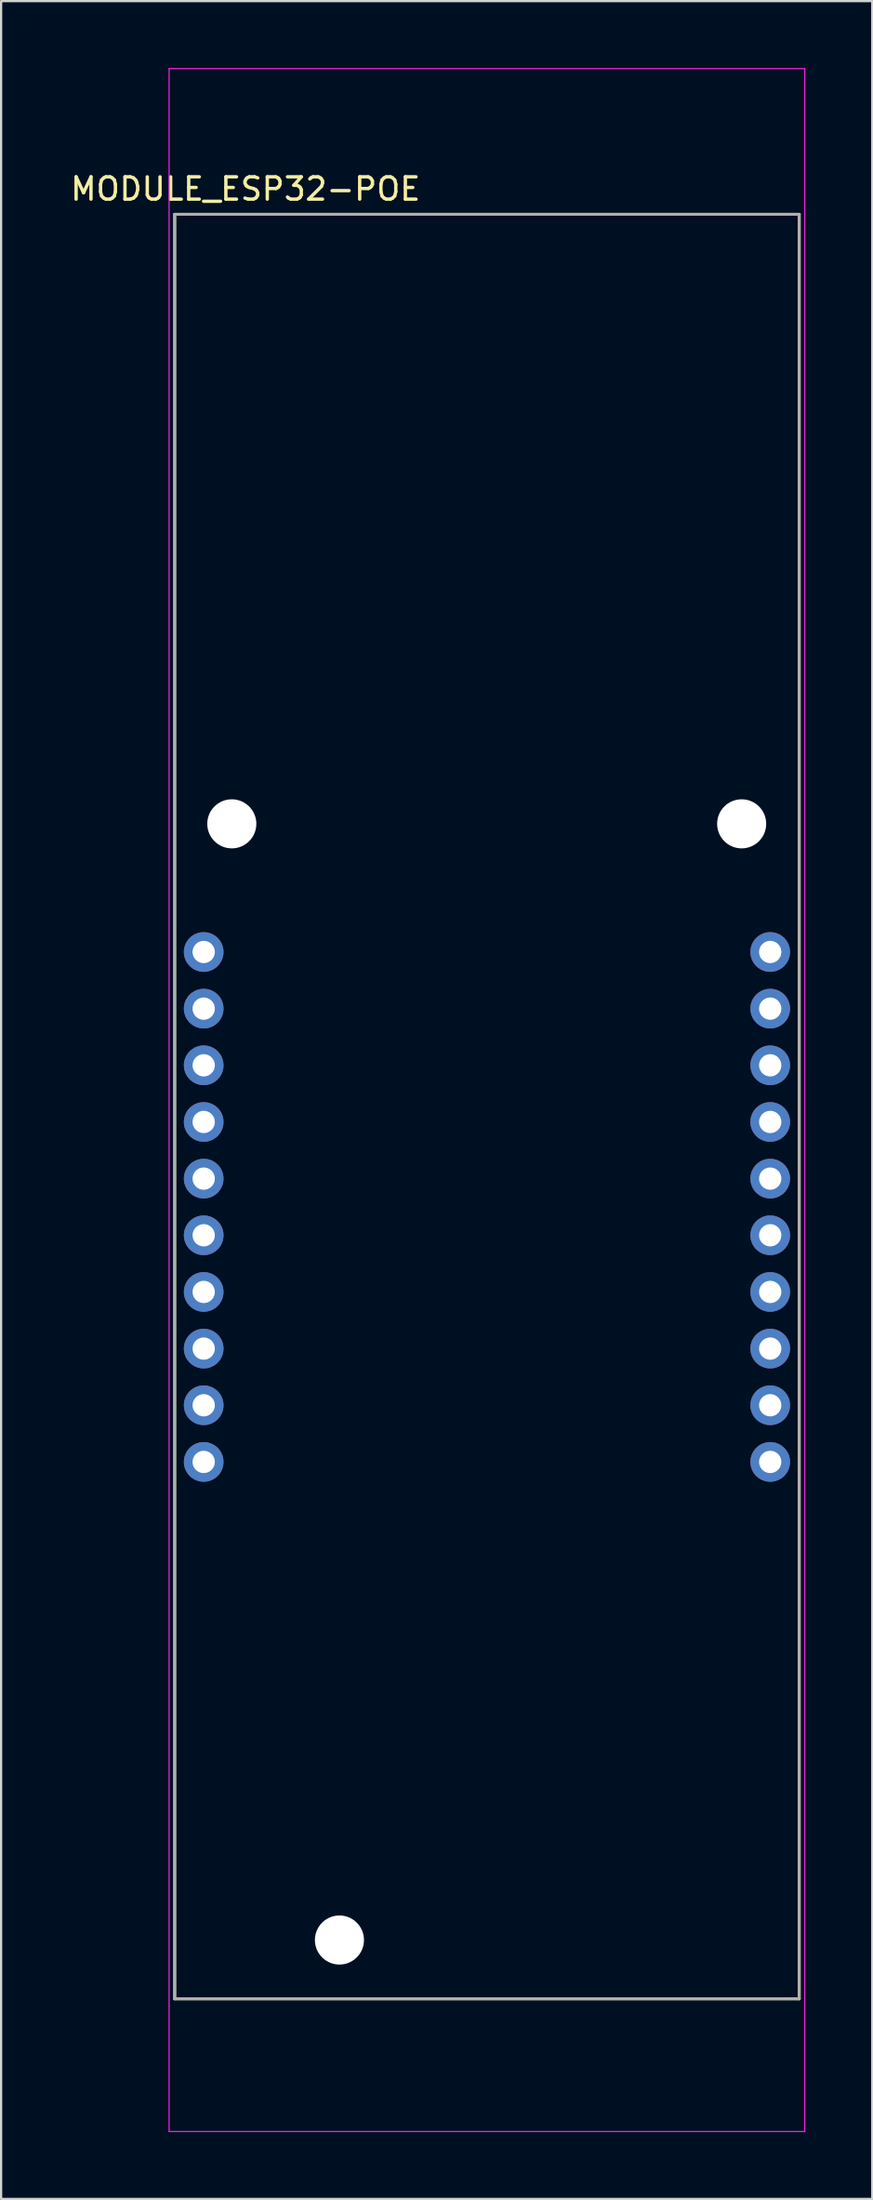
<source format=kicad_pcb>
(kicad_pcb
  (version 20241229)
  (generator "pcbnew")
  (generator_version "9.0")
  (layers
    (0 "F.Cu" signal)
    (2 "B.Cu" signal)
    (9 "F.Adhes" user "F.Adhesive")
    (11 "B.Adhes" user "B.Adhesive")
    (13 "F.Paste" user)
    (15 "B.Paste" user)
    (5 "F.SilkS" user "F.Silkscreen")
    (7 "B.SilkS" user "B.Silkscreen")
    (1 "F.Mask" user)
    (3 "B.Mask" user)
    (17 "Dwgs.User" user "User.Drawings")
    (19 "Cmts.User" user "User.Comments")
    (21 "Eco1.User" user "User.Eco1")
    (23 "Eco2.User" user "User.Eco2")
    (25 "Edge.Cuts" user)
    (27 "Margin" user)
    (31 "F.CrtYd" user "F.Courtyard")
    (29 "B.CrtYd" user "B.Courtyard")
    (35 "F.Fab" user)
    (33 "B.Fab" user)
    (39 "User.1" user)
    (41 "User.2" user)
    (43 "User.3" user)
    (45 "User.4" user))
  (footprint "MODULE_ESP32-POE"
    (layer "F.Cu")
    (at 18.783 46.557)
    (property "Reference" "MODULE_ESP32-POE" (at -10.825 -41.135 0) (layer "F.SilkS") (effects (font (size 1 1) (thickness 0.15))))
    (attr through_hole)
    (fp_line (start -14 -40) (end -14 40) (stroke (width 0.127) (type solid)) (layer "F.SilkS"))
    (fp_line (start -14 40) (end 14 40) (stroke (width 0.127) (type solid)) (layer "F.SilkS"))
    (fp_line (start 14 -40) (end -14 -40) (stroke (width 0.127) (type solid)) (layer "F.SilkS"))
    (fp_line (start 14 40) (end 14 -40) (stroke (width 0.127) (type solid)) (layer "F.SilkS"))
    (fp_line (start -14.25 -46.532) (end -14.25 45.946) (stroke (width 0.05) (type solid)) (layer "F.CrtYd"))
    (fp_line (start -14.25 45.946) (end 14.25 45.946) (stroke (width 0.05) (type solid)) (layer "F.CrtYd"))
    (fp_line (start 14.25 -46.532) (end -14.25 -46.532) (stroke (width 0.05) (type solid)) (layer "F.CrtYd"))
    (fp_line (start 14.25 45.946) (end 14.25 -46.532) (stroke (width 0.05) (type solid)) (layer "F.CrtYd"))
    (fp_line (start -14 -40) (end -14 40) (stroke (width 0.127) (type solid)) (layer "F.Fab"))
    (fp_line (start -14 40) (end 14 40) (stroke (width 0.127) (type solid)) (layer "F.Fab"))
    (fp_line (start 14 -40) (end -14 -40) (stroke (width 0.127) (type solid)) (layer "F.Fab"))
    (fp_line (start 14 40) (end 14 -40) (stroke (width 0.127) (type solid)) (layer "F.Fab"))
    (pad "" np_thru_hole circle (at -11.44 -12.675) (size 2.2 2.2) (drill 2.2) (layers "*.Cu" "*.Mask"))
    (pad "" np_thru_hole circle (at -6.614 37.363) (size 2.2 2.2) (drill 2.2) (layers "*.Cu" "*.Mask"))
    (pad "" np_thru_hole circle (at 11.42 -12.675) (size 2.2 2.2) (drill 2.2) (layers "*.Cu" "*.Mask"))
    (pad "EXT1_1" thru_hole circle (at -12.7 -6.93) (size 1.778 1.778) (drill 1) (layers "*.Cu" "*.Mask"))
    (pad "EXT1_2" thru_hole circle (at -12.7 -4.39) (size 1.778 1.778) (drill 1) (layers "*.Cu" "*.Mask"))
    (pad "EXT1_3" thru_hole circle (at -12.7 -1.85) (size 1.778 1.778) (drill 1) (layers "*.Cu" "*.Mask"))
    (pad "EXT1_4" thru_hole circle (at -12.7 0.69) (size 1.778 1.778) (drill 1) (layers "*.Cu" "*.Mask"))
    (pad "EXT1_5" thru_hole circle (at -12.7 3.23) (size 1.778 1.778) (drill 1) (layers "*.Cu" "*.Mask"))
    (pad "EXT1_6" thru_hole circle (at -12.7 5.77) (size 1.778 1.778) (drill 1) (layers "*.Cu" "*.Mask"))
    (pad "EXT1_7" thru_hole circle (at -12.7 8.31) (size 1.778 1.778) (drill 1) (layers "*.Cu" "*.Mask"))
    (pad "EXT1_8" thru_hole circle (at -12.7 10.85) (size 1.778 1.778) (drill 1) (layers "*.Cu" "*.Mask"))
    (pad "EXT1_9" thru_hole circle (at -12.7 13.39) (size 1.778 1.778) (drill 1) (layers "*.Cu" "*.Mask"))
    (pad "EXT1_10" thru_hole circle (at -12.7 15.93) (size 1.778 1.778) (drill 1) (layers "*.Cu" "*.Mask"))
    (pad "EXT2_1" thru_hole circle (at 12.7 -6.93) (size 1.778 1.778) (drill 1) (layers "*.Cu" "*.Mask"))
    (pad "EXT2_2" thru_hole circle (at 12.7 -4.39) (size 1.778 1.778) (drill 1) (layers "*.Cu" "*.Mask"))
    (pad "EXT2_3" thru_hole circle (at 12.7 -1.85) (size 1.778 1.778) (drill 1) (layers "*.Cu" "*.Mask"))
    (pad "EXT2_4" thru_hole circle (at 12.7 0.69) (size 1.778 1.778) (drill 1) (layers "*.Cu" "*.Mask"))
    (pad "EXT2_5" thru_hole circle (at 12.7 3.23) (size 1.778 1.778) (drill 1) (layers "*.Cu" "*.Mask"))
    (pad "EXT2_6" thru_hole circle (at 12.7 5.77) (size 1.778 1.778) (drill 1) (layers "*.Cu" "*.Mask"))
    (pad "EXT2_7" thru_hole circle (at 12.7 8.31) (size 1.778 1.778) (drill 1) (layers "*.Cu" "*.Mask"))
    (pad "EXT2_8" thru_hole circle (at 12.7 10.85) (size 1.778 1.778) (drill 1) (layers "*.Cu" "*.Mask"))
    (pad "EXT2_9" thru_hole circle (at 12.7 13.39) (size 1.778 1.778) (drill 1) (layers "*.Cu" "*.Mask"))
    (pad "EXT2_10" thru_hole circle (at 12.7 15.93) (size 1.778 1.778) (drill 1) (layers "*.Cu" "*.Mask"))
    (zone (net_name "") (layer "F.Cu") (hatch full 0.508) (connect_pads) (min_thickness 2.65) (filled_areas_thickness no) (keepout (tracks not_allowed) (vias not_allowed) (pads not_allowed) (copperpour not_allowed) (footprints allowed)) (placement (enabled no)) (fill) (polygon (pts (xy 9.993 33.882) (xy 9.981 34.142) (xy 9.942 34.399) (xy 9.879 34.651) (xy 9.792 34.896) (xy 9.68 35.131) (xy 9.547 35.354) (xy 9.392 35.563) (xy 9.217 35.756) (xy 9.024 35.93) (xy 8.816 36.085) (xy 8.593 36.219) (xy 8.357 36.33) (xy 8.113 36.418) (xy 7.86 36.481) (xy 7.603 36.519) (xy 7.343 36.532) (xy 7.084 36.519) (xy 6.826 36.481) (xy 6.574 36.418) (xy 6.329 36.33) (xy 6.094 36.219) (xy 5.871 36.085) (xy 5.662 35.93) (xy 5.47 35.756) (xy 5.295 35.563) (xy 5.14 35.354) (xy 5.006 35.131) (xy 4.895 34.896) (xy 4.807 34.651) (xy 4.744 34.399) (xy 4.706 34.142) (xy 4.693 33.882) (xy 4.706 33.622) (xy 4.744 33.365) (xy 4.807 33.113) (xy 4.895 32.868) (xy 5.006 32.633) (xy 5.14 32.41) (xy 5.295 32.201) (xy 5.47 32.008) (xy 5.662 31.834) (xy 5.871 31.679) (xy 6.094 31.545) (xy 6.329 31.434) (xy 6.574 31.346) (xy 6.826 31.283) (xy 7.084 31.245) (xy 7.343 31.232) (xy 7.603 31.245) (xy 7.86 31.283) (xy 8.113 31.346) (xy 8.357 31.434) (xy 8.593 31.545) (xy 8.816 31.679) (xy 9.024 31.834) (xy 9.217 32.008) (xy 9.392 32.201) (xy 9.547 32.41) (xy 9.68 32.633) (xy 9.792 32.868) (xy 9.879 33.113) (xy 9.942 33.365) (xy 9.981 33.622))))
    (zone (net_name "") (layer "F.Cu") (hatch full 0.508) (connect_pads) (min_thickness 2.65) (filled_areas_thickness no) (keepout (tracks not_allowed) (vias not_allowed) (pads not_allowed) (copperpour not_allowed) (footprints allowed)) (placement (enabled no)) (fill) (polygon (pts (xy 14.819 83.92) (xy 14.807 84.18) (xy 14.768 84.437) (xy 14.705 84.689) (xy 14.618 84.934) (xy 14.506 85.169) (xy 14.373 85.392) (xy 14.218 85.601) (xy 14.043 85.794) (xy 13.85 85.968) (xy 13.642 86.123) (xy 13.419 86.257) (xy 13.183 86.368) (xy 12.939 86.456) (xy 12.686 86.519) (xy 12.429 86.557) (xy 12.169 86.57) (xy 11.91 86.557) (xy 11.652 86.519) (xy 11.4 86.456) (xy 11.155 86.368) (xy 10.92 86.257) (xy 10.697 86.123) (xy 10.488 85.968) (xy 10.296 85.794) (xy 10.121 85.601) (xy 9.966 85.392) (xy 9.832 85.169) (xy 9.721 84.934) (xy 9.633 84.689) (xy 9.57 84.437) (xy 9.532 84.18) (xy 9.519 83.92) (xy 9.532 83.66) (xy 9.57 83.403) (xy 9.633 83.151) (xy 9.721 82.906) (xy 9.832 82.671) (xy 9.966 82.448) (xy 10.121 82.239) (xy 10.296 82.046) (xy 10.488 81.872) (xy 10.697 81.717) (xy 10.92 81.583) (xy 11.155 81.472) (xy 11.4 81.384) (xy 11.652 81.321) (xy 11.91 81.283) (xy 12.169 81.27) (xy 12.429 81.283) (xy 12.686 81.321) (xy 12.939 81.384) (xy 13.183 81.472) (xy 13.419 81.583) (xy 13.642 81.717) (xy 13.85 81.872) (xy 14.043 82.046) (xy 14.218 82.239) (xy 14.373 82.448) (xy 14.506 82.671) (xy 14.618 82.906) (xy 14.705 83.151) (xy 14.768 83.403) (xy 14.807 83.66))))
    (zone (net_name "") (layer "F.Cu") (hatch full 0.508) (connect_pads) (min_thickness 2.65) (filled_areas_thickness no) (keepout (tracks not_allowed) (vias not_allowed) (pads not_allowed) (copperpour not_allowed) (footprints allowed)) (placement (enabled no)) (fill) (polygon (pts (xy 32.853 33.882) (xy 32.841 34.142) (xy 32.802 34.399) (xy 32.739 34.651) (xy 32.652 34.896) (xy 32.54 35.131) (xy 32.407 35.354) (xy 32.252 35.563) (xy 32.077 35.756) (xy 31.884 35.93) (xy 31.676 36.085) (xy 31.453 36.219) (xy 31.217 36.33) (xy 30.973 36.418) (xy 30.72 36.481) (xy 30.463 36.519) (xy 30.203 36.532) (xy 29.944 36.519) (xy 29.686 36.481) (xy 29.434 36.418) (xy 29.189 36.33) (xy 28.954 36.219) (xy 28.731 36.085) (xy 28.522 35.93) (xy 28.329 35.756) (xy 28.155 35.563) (xy 28 35.354) (xy 27.866 35.131) (xy 27.755 34.896) (xy 27.667 34.651) (xy 27.604 34.399) (xy 27.566 34.142) (xy 27.553 33.882) (xy 27.566 33.622) (xy 27.604 33.365) (xy 27.667 33.113) (xy 27.755 32.868) (xy 27.866 32.633) (xy 28 32.41) (xy 28.155 32.201) (xy 28.329 32.008) (xy 28.522 31.834) (xy 28.731 31.679) (xy 28.954 31.545) (xy 29.189 31.434) (xy 29.434 31.346) (xy 29.686 31.283) (xy 29.944 31.245) (xy 30.203 31.232) (xy 30.463 31.245) (xy 30.72 31.283) (xy 30.973 31.346) (xy 31.217 31.434) (xy 31.453 31.545) (xy 31.676 31.679) (xy 31.884 31.834) (xy 32.077 32.008) (xy 32.252 32.201) (xy 32.407 32.41) (xy 32.54 32.633) (xy 32.652 32.868) (xy 32.739 33.113) (xy 32.802 33.365) (xy 32.841 33.622))))
    (zone (net_name "") (layers "F.Cu" "B.Cu") (hatch full 0.508) (connect_pads) (min_thickness 2.65) (filled_areas_thickness no) (keepout (tracks allowed) (vias not_allowed) (pads allowed) (copperpour allowed) (footprints allowed)) (placement (enabled no)) (fill) (polygon (pts (xy 9.993 33.882) (xy 9.981 34.142) (xy 9.942 34.399) (xy 9.879 34.651) (xy 9.792 34.896) (xy 9.68 35.131) (xy 9.547 35.354) (xy 9.392 35.563) (xy 9.217 35.756) (xy 9.024 35.93) (xy 8.816 36.085) (xy 8.593 36.219) (xy 8.357 36.33) (xy 8.113 36.418) (xy 7.86 36.481) (xy 7.603 36.519) (xy 7.343 36.532) (xy 7.084 36.519) (xy 6.826 36.481) (xy 6.574 36.418) (xy 6.329 36.33) (xy 6.094 36.219) (xy 5.871 36.085) (xy 5.662 35.93) (xy 5.47 35.756) (xy 5.295 35.563) (xy 5.14 35.354) (xy 5.006 35.131) (xy 4.895 34.896) (xy 4.807 34.651) (xy 4.744 34.399) (xy 4.706 34.142) (xy 4.693 33.882) (xy 4.706 33.622) (xy 4.744 33.365) (xy 4.807 33.113) (xy 4.895 32.868) (xy 5.006 32.633) (xy 5.14 32.41) (xy 5.295 32.201) (xy 5.47 32.008) (xy 5.662 31.834) (xy 5.871 31.679) (xy 6.094 31.545) (xy 6.329 31.434) (xy 6.574 31.346) (xy 6.826 31.283) (xy 7.084 31.245) (xy 7.343 31.232) (xy 7.603 31.245) (xy 7.86 31.283) (xy 8.113 31.346) (xy 8.357 31.434) (xy 8.593 31.545) (xy 8.816 31.679) (xy 9.024 31.834) (xy 9.217 32.008) (xy 9.392 32.201) (xy 9.547 32.41) (xy 9.68 32.633) (xy 9.792 32.868) (xy 9.879 33.113) (xy 9.942 33.365) (xy 9.981 33.622))))
    (zone (net_name "") (layers "F.Cu" "B.Cu") (hatch full 0.508) (connect_pads) (min_thickness 2.65) (filled_areas_thickness no) (keepout (tracks allowed) (vias not_allowed) (pads allowed) (copperpour allowed) (footprints allowed)) (placement (enabled no)) (fill) (polygon (pts (xy 14.819 83.92) (xy 14.807 84.18) (xy 14.768 84.437) (xy 14.705 84.689) (xy 14.618 84.934) (xy 14.506 85.169) (xy 14.373 85.392) (xy 14.218 85.601) (xy 14.043 85.794) (xy 13.85 85.968) (xy 13.642 86.123) (xy 13.419 86.257) (xy 13.183 86.368) (xy 12.939 86.456) (xy 12.686 86.519) (xy 12.429 86.557) (xy 12.169 86.57) (xy 11.91 86.557) (xy 11.652 86.519) (xy 11.4 86.456) (xy 11.155 86.368) (xy 10.92 86.257) (xy 10.697 86.123) (xy 10.488 85.968) (xy 10.296 85.794) (xy 10.121 85.601) (xy 9.966 85.392) (xy 9.832 85.169) (xy 9.721 84.934) (xy 9.633 84.689) (xy 9.57 84.437) (xy 9.532 84.18) (xy 9.519 83.92) (xy 9.532 83.66) (xy 9.57 83.403) (xy 9.633 83.151) (xy 9.721 82.906) (xy 9.832 82.671) (xy 9.966 82.448) (xy 10.121 82.239) (xy 10.296 82.046) (xy 10.488 81.872) (xy 10.697 81.717) (xy 10.92 81.583) (xy 11.155 81.472) (xy 11.4 81.384) (xy 11.652 81.321) (xy 11.91 81.283) (xy 12.169 81.27) (xy 12.429 81.283) (xy 12.686 81.321) (xy 12.939 81.384) (xy 13.183 81.472) (xy 13.419 81.583) (xy 13.642 81.717) (xy 13.85 81.872) (xy 14.043 82.046) (xy 14.218 82.239) (xy 14.373 82.448) (xy 14.506 82.671) (xy 14.618 82.906) (xy 14.705 83.151) (xy 14.768 83.403) (xy 14.807 83.66))))
    (zone (net_name "") (layers "F.Cu" "B.Cu") (hatch full 0.508) (connect_pads) (min_thickness 2.65) (filled_areas_thickness no) (keepout (tracks allowed) (vias not_allowed) (pads allowed) (copperpour allowed) (footprints allowed)) (placement (enabled no)) (fill) (polygon (pts (xy 32.853 33.882) (xy 32.841 34.142) (xy 32.802 34.399) (xy 32.739 34.651) (xy 32.652 34.896) (xy 32.54 35.131) (xy 32.407 35.354) (xy 32.252 35.563) (xy 32.077 35.756) (xy 31.884 35.93) (xy 31.676 36.085) (xy 31.453 36.219) (xy 31.217 36.33) (xy 30.973 36.418) (xy 30.72 36.481) (xy 30.463 36.519) (xy 30.203 36.532) (xy 29.944 36.519) (xy 29.686 36.481) (xy 29.434 36.418) (xy 29.189 36.33) (xy 28.954 36.219) (xy 28.731 36.085) (xy 28.522 35.93) (xy 28.329 35.756) (xy 28.155 35.563) (xy 28 35.354) (xy 27.866 35.131) (xy 27.755 34.896) (xy 27.667 34.651) (xy 27.604 34.399) (xy 27.566 34.142) (xy 27.553 33.882) (xy 27.566 33.622) (xy 27.604 33.365) (xy 27.667 33.113) (xy 27.755 32.868) (xy 27.866 32.633) (xy 28 32.41) (xy 28.155 32.201) (xy 28.329 32.008) (xy 28.522 31.834) (xy 28.731 31.679) (xy 28.954 31.545) (xy 29.189 31.434) (xy 29.434 31.346) (xy 29.686 31.283) (xy 29.944 31.245) (xy 30.203 31.232) (xy 30.463 31.245) (xy 30.72 31.283) (xy 30.973 31.346) (xy 31.217 31.434) (xy 31.453 31.545) (xy 31.676 31.679) (xy 31.884 31.834) (xy 32.077 32.008) (xy 32.252 32.201) (xy 32.407 32.41) (xy 32.54 32.633) (xy 32.652 32.868) (xy 32.739 33.113) (xy 32.802 33.365) (xy 32.841 33.622))))
    (zone (net_name "") (layer "B.Cu") (hatch full 0.508) (connect_pads) (min_thickness 2.65) (filled_areas_thickness no) (keepout (tracks not_allowed) (vias not_allowed) (pads not_allowed) (copperpour not_allowed) (footprints allowed)) (placement (enabled no)) (fill) (polygon (pts (xy 9.993 33.882) (xy 9.981 34.142) (xy 9.942 34.399) (xy 9.879 34.651) (xy 9.792 34.896) (xy 9.68 35.131) (xy 9.547 35.354) (xy 9.392 35.563) (xy 9.217 35.756) (xy 9.024 35.93) (xy 8.816 36.085) (xy 8.593 36.219) (xy 8.357 36.33) (xy 8.113 36.418) (xy 7.86 36.481) (xy 7.603 36.519) (xy 7.343 36.532) (xy 7.084 36.519) (xy 6.826 36.481) (xy 6.574 36.418) (xy 6.329 36.33) (xy 6.094 36.219) (xy 5.871 36.085) (xy 5.662 35.93) (xy 5.47 35.756) (xy 5.295 35.563) (xy 5.14 35.354) (xy 5.006 35.131) (xy 4.895 34.896) (xy 4.807 34.651) (xy 4.744 34.399) (xy 4.706 34.142) (xy 4.693 33.882) (xy 4.706 33.622) (xy 4.744 33.365) (xy 4.807 33.113) (xy 4.895 32.868) (xy 5.006 32.633) (xy 5.14 32.41) (xy 5.295 32.201) (xy 5.47 32.008) (xy 5.662 31.834) (xy 5.871 31.679) (xy 6.094 31.545) (xy 6.329 31.434) (xy 6.574 31.346) (xy 6.826 31.283) (xy 7.084 31.245) (xy 7.343 31.232) (xy 7.603 31.245) (xy 7.86 31.283) (xy 8.113 31.346) (xy 8.357 31.434) (xy 8.593 31.545) (xy 8.816 31.679) (xy 9.024 31.834) (xy 9.217 32.008) (xy 9.392 32.201) (xy 9.547 32.41) (xy 9.68 32.633) (xy 9.792 32.868) (xy 9.879 33.113) (xy 9.942 33.365) (xy 9.981 33.622))))
    (zone (net_name "") (layer "B.Cu") (hatch full 0.508) (connect_pads) (min_thickness 2.65) (filled_areas_thickness no) (keepout (tracks not_allowed) (vias not_allowed) (pads not_allowed) (copperpour not_allowed) (footprints allowed)) (placement (enabled no)) (fill) (polygon (pts (xy 14.819 83.92) (xy 14.807 84.18) (xy 14.768 84.437) (xy 14.705 84.689) (xy 14.618 84.934) (xy 14.506 85.169) (xy 14.373 85.392) (xy 14.218 85.601) (xy 14.043 85.794) (xy 13.85 85.968) (xy 13.642 86.123) (xy 13.419 86.257) (xy 13.183 86.368) (xy 12.939 86.456) (xy 12.686 86.519) (xy 12.429 86.557) (xy 12.169 86.57) (xy 11.91 86.557) (xy 11.652 86.519) (xy 11.4 86.456) (xy 11.155 86.368) (xy 10.92 86.257) (xy 10.697 86.123) (xy 10.488 85.968) (xy 10.296 85.794) (xy 10.121 85.601) (xy 9.966 85.392) (xy 9.832 85.169) (xy 9.721 84.934) (xy 9.633 84.689) (xy 9.57 84.437) (xy 9.532 84.18) (xy 9.519 83.92) (xy 9.532 83.66) (xy 9.57 83.403) (xy 9.633 83.151) (xy 9.721 82.906) (xy 9.832 82.671) (xy 9.966 82.448) (xy 10.121 82.239) (xy 10.296 82.046) (xy 10.488 81.872) (xy 10.697 81.717) (xy 10.92 81.583) (xy 11.155 81.472) (xy 11.4 81.384) (xy 11.652 81.321) (xy 11.91 81.283) (xy 12.169 81.27) (xy 12.429 81.283) (xy 12.686 81.321) (xy 12.939 81.384) (xy 13.183 81.472) (xy 13.419 81.583) (xy 13.642 81.717) (xy 13.85 81.872) (xy 14.043 82.046) (xy 14.218 82.239) (xy 14.373 82.448) (xy 14.506 82.671) (xy 14.618 82.906) (xy 14.705 83.151) (xy 14.768 83.403) (xy 14.807 83.66))))
    (zone (net_name "") (layer "B.Cu") (hatch full 0.508) (connect_pads) (min_thickness 2.65) (filled_areas_thickness no) (keepout (tracks not_allowed) (vias not_allowed) (pads not_allowed) (copperpour not_allowed) (footprints allowed)) (placement (enabled no)) (fill) (polygon (pts (xy 32.853 33.882) (xy 32.841 34.142) (xy 32.802 34.399) (xy 32.739 34.651) (xy 32.652 34.896) (xy 32.54 35.131) (xy 32.407 35.354) (xy 32.252 35.563) (xy 32.077 35.756) (xy 31.884 35.93) (xy 31.676 36.085) (xy 31.453 36.219) (xy 31.217 36.33) (xy 30.973 36.418) (xy 30.72 36.481) (xy 30.463 36.519) (xy 30.203 36.532) (xy 29.944 36.519) (xy 29.686 36.481) (xy 29.434 36.418) (xy 29.189 36.33) (xy 28.954 36.219) (xy 28.731 36.085) (xy 28.522 35.93) (xy 28.329 35.756) (xy 28.155 35.563) (xy 28 35.354) (xy 27.866 35.131) (xy 27.755 34.896) (xy 27.667 34.651) (xy 27.604 34.399) (xy 27.566 34.142) (xy 27.553 33.882) (xy 27.566 33.622) (xy 27.604 33.365) (xy 27.667 33.113) (xy 27.755 32.868) (xy 27.866 32.633) (xy 28 32.41) (xy 28.155 32.201) (xy 28.329 32.008) (xy 28.522 31.834) (xy 28.731 31.679) (xy 28.954 31.545) (xy 29.189 31.434) (xy 29.434 31.346) (xy 29.686 31.283) (xy 29.944 31.245) (xy 30.203 31.232) (xy 30.463 31.245) (xy 30.72 31.283) (xy 30.973 31.346) (xy 31.217 31.434) (xy 31.453 31.545) (xy 31.676 31.679) (xy 31.884 31.834) (xy 32.077 32.008) (xy 32.252 32.201) (xy 32.407 32.41) (xy 32.54 32.633) (xy 32.652 32.868) (xy 32.739 33.113) (xy 32.802 33.365) (xy 32.841 33.622)))))
  (gr_rect
    (start -3 -3)
    (end 36.058 95.528)
    (stroke (width 0.1) (type default))
    (fill no)
    (layer "Edge.Cuts")))
</source>
